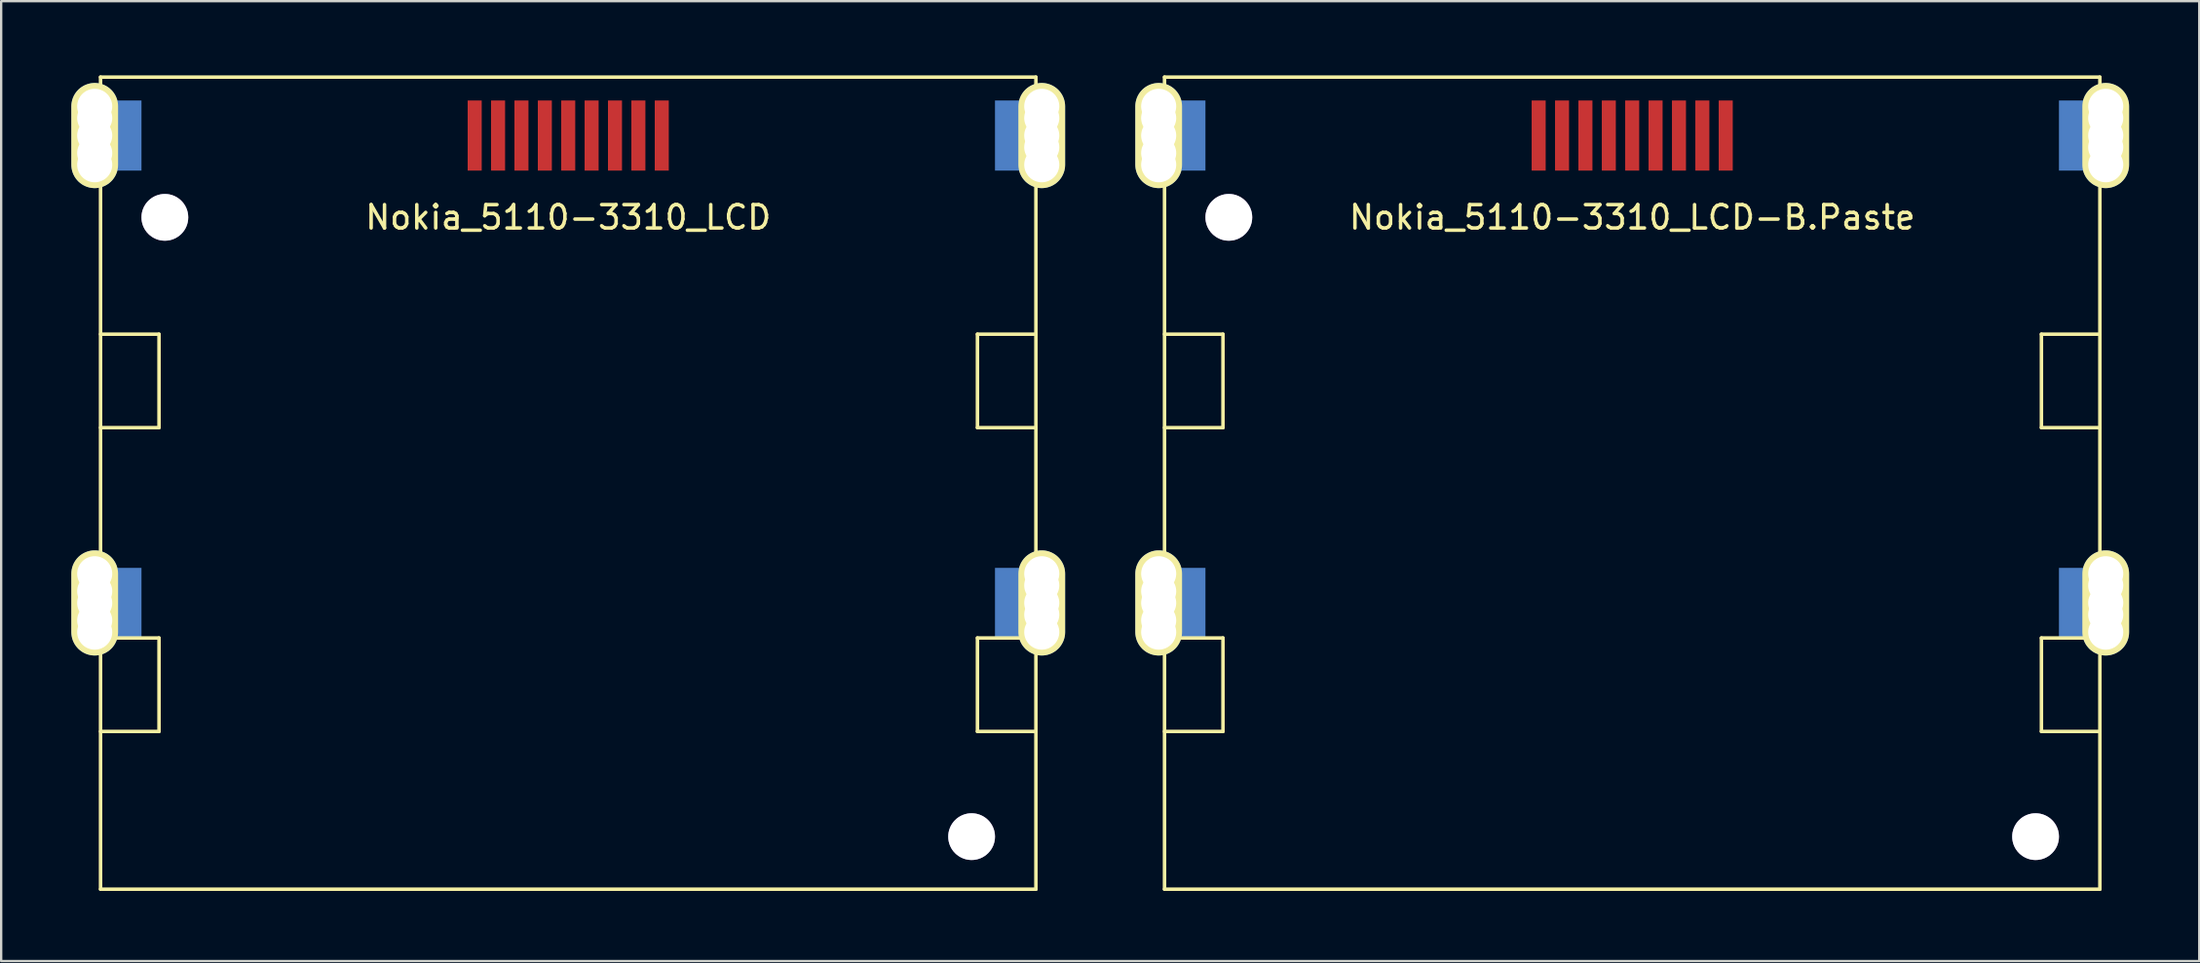
<source format=kicad_pcb>
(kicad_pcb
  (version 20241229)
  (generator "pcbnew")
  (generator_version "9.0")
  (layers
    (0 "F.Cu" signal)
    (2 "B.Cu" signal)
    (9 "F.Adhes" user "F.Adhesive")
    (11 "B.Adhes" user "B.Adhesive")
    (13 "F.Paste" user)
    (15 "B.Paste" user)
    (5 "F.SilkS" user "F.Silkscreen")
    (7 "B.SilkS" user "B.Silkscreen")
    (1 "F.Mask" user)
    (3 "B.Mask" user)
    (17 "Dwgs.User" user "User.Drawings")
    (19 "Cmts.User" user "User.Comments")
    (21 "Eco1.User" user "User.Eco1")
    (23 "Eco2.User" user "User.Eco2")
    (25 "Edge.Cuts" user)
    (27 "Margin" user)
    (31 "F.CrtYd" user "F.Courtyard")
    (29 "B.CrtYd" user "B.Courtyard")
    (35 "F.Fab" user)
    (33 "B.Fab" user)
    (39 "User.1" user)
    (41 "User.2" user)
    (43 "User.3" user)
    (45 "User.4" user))
  (footprint "Nokia_5110-3310_LCD-B.Paste"
    (layer "F.Cu")
    (at 66.75 0.25)
    (property "Reference" "Nokia_5110-3310_LCD-B.Paste" (at 0 6 0) (layer "F.SilkS") (effects (font (size 1 1) (thickness 0.15))))
    (attr through_hole)
    (fp_line (start -20 0) (end -20 34.75) (stroke (width 0.15) (type solid)) (layer "F.SilkS"))
    (fp_line (start -20 0) (end 20 0) (stroke (width 0.15) (type solid)) (layer "F.SilkS"))
    (fp_line (start -20 11) (end -17.5 11) (stroke (width 0.15) (type solid)) (layer "F.SilkS"))
    (fp_line (start -20 24) (end -17.5 24) (stroke (width 0.15) (type solid)) (layer "F.SilkS"))
    (fp_line (start -17.5 11) (end -17.5 15) (stroke (width 0.15) (type solid)) (layer "F.SilkS"))
    (fp_line (start -17.5 15) (end -20 15) (stroke (width 0.15) (type solid)) (layer "F.SilkS"))
    (fp_line (start -17.5 24) (end -17.5 28) (stroke (width 0.15) (type solid)) (layer "F.SilkS"))
    (fp_line (start -17.5 28) (end -20 28) (stroke (width 0.15) (type solid)) (layer "F.SilkS"))
    (fp_line (start 17.5 11) (end 17.5 15) (stroke (width 0.15) (type solid)) (layer "F.SilkS"))
    (fp_line (start 17.5 15) (end 20 15) (stroke (width 0.15) (type solid)) (layer "F.SilkS"))
    (fp_line (start 17.5 24) (end 17.5 28) (stroke (width 0.15) (type solid)) (layer "F.SilkS"))
    (fp_line (start 17.5 28) (end 20 28) (stroke (width 0.15) (type solid)) (layer "F.SilkS"))
    (fp_line (start 20 0) (end 20 34.75) (stroke (width 0.15) (type solid)) (layer "F.SilkS"))
    (fp_line (start 20 11) (end 17.5 11) (stroke (width 0.15) (type solid)) (layer "F.SilkS"))
    (fp_line (start 20 24) (end 17.5 24) (stroke (width 0.15) (type solid)) (layer "F.SilkS"))
    (fp_line (start 20 34.75) (end -20 34.75) (stroke (width 0.15) (type solid)) (layer "F.SilkS"))
    (pad "" np_thru_hole circle (at -20.25 1.25) (size 1.5 1.5) (drill 1.5) (layers "*.Mask" "B.Cu" "F.SilkS"))
    (pad "" np_thru_hole circle (at -20.25 1.75) (size 1.5 1.5) (drill 1.5) (layers "*.Mask" "B.Cu" "F.SilkS"))
    (pad "" np_thru_hole oval (at -20.25 2.5) (size 2 4.5) (drill 1.5) (layers "*.Mask" "B.Cu" "F.SilkS"))
    (pad "" np_thru_hole circle (at -20.25 3.25) (size 1.5 1.5) (drill 1.5) (layers "*.Mask" "B.Cu" "F.SilkS"))
    (pad "" np_thru_hole circle (at -20.25 3.75) (size 1.5 1.5) (drill 1.5) (layers "*.Mask" "B.Cu" "F.SilkS"))
    (pad "" np_thru_hole circle (at -20.25 21.25) (size 1.5 1.5) (drill 1.5) (layers "*.Mask" "B.Cu" "F.SilkS"))
    (pad "" np_thru_hole circle (at -20.25 22) (size 1.5 1.5) (drill 1.5) (layers "*.Mask" "B.Cu" "F.SilkS"))
    (pad "" np_thru_hole oval (at -20.25 22.5) (size 2 4.5) (drill 1.5) (layers "*.Mask" "B.Cu" "F.SilkS"))
    (pad "" np_thru_hole circle (at -20.25 23.25) (size 1.5 1.5) (drill 1.5) (layers "*.Mask" "B.Cu" "F.SilkS"))
    (pad "" np_thru_hole circle (at -20.25 23.75) (size 1.5 1.5) (drill 1.5) (layers "*.Mask" "B.Cu" "F.SilkS"))
    (pad "" smd rect (at -19 2.5) (size 1.5 3) (layers "B.Cu" "B.Mask" "B.Paste"))
    (pad "" smd rect (at -19 22.5) (size 1.5 3) (layers "B.Cu" "B.Mask" "B.Paste"))
    (pad "" thru_hole circle (at -17.25 6) (size 2 2) (drill 2) (layers "*.Cu"))
    (pad "" thru_hole circle (at 17.25 32.5) (size 2 2) (drill 2) (layers "*.Cu"))
    (pad "" smd rect (at 19 2.5) (size 1.5 3) (layers "B.Cu" "B.Mask" "B.Paste"))
    (pad "" smd rect (at 19 22.5) (size 1.5 3) (layers "B.Cu" "B.Mask" "B.Paste"))
    (pad "" np_thru_hole circle (at 20.25 1.25) (size 1.5 1.5) (drill 1.5) (layers "*.Mask" "B.Cu" "F.SilkS"))
    (pad "" np_thru_hole circle (at 20.25 1.75) (size 1.5 1.5) (drill 1.5) (layers "*.Mask" "B.Cu" "F.SilkS"))
    (pad "" np_thru_hole oval (at 20.25 2.5) (size 2 4.5) (drill 1.5) (layers "*.Mask" "B.Cu" "F.SilkS"))
    (pad "" np_thru_hole circle (at 20.25 3) (size 1.5 1.5) (drill 1.5) (layers "*.Mask" "B.Cu" "F.SilkS"))
    (pad "" np_thru_hole circle (at 20.25 3.75) (size 1.5 1.5) (drill 1.5) (layers "*.Mask" "B.Cu" "F.SilkS"))
    (pad "" np_thru_hole circle (at 20.25 21.25) (size 1.5 1.5) (drill 1.5) (layers "*.Mask" "B.Cu" "F.SilkS"))
    (pad "" np_thru_hole circle (at 20.25 21.75) (size 1.5 1.5) (drill 1.5) (layers "*.Mask" "B.Cu" "F.SilkS"))
    (pad "" np_thru_hole oval (at 20.25 22.5) (size 2 4.5) (drill 1.5) (layers "*.Mask" "B.Cu" "F.SilkS"))
    (pad "" np_thru_hole circle (at 20.25 23) (size 1.5 1.5) (drill 1.5) (layers "*.Mask" "B.Cu" "F.SilkS"))
    (pad "" np_thru_hole circle (at 20.25 23.75) (size 1.5 1.5) (drill 1.5) (layers "*.Mask" "B.Cu" "F.SilkS"))
    (pad "1" smd rect (at -4 2.5) (size 0.6 3) (layers "F.Cu" "F.Mask"))
    (pad "2" smd rect (at -3 2.5) (size 0.6 3) (layers "F.Cu" "F.Mask"))
    (pad "3" smd rect (at -2 2.5) (size 0.6 3) (layers "F.Cu" "F.Mask"))
    (pad "4" smd rect (at -1 2.5) (size 0.6 3) (layers "F.Cu" "F.Mask"))
    (pad "5" smd rect (at 0 2.5) (size 0.6 3) (layers "F.Cu" "F.Mask"))
    (pad "6" smd rect (at 1 2.5) (size 0.6 3) (layers "F.Cu" "F.Mask"))
    (pad "7" smd rect (at 2 2.5) (size 0.6 3) (layers "F.Cu" "F.Mask"))
    (pad "8" smd rect (at 3 2.5) (size 0.6 3) (layers "F.Cu" "F.Mask"))
    (pad "9" smd rect (at 4 2.5) (size 0.6 3) (layers "F.Cu" "F.Mask")))
  (footprint "Nokia_5110-3310_LCD"
    (layer "F.Cu")
    (at 21.25 0.25)
    (property "Reference" "Nokia_5110-3310_LCD" (at 0 6 0) (layer "F.SilkS") (effects (font (size 1 1) (thickness 0.15))))
    (attr through_hole)
    (fp_line (start -20 0) (end -20 34.75) (stroke (width 0.15) (type solid)) (layer "F.SilkS"))
    (fp_line (start -20 0) (end 20 0) (stroke (width 0.15) (type solid)) (layer "F.SilkS"))
    (fp_line (start -20 11) (end -17.5 11) (stroke (width 0.15) (type solid)) (layer "F.SilkS"))
    (fp_line (start -20 24) (end -17.5 24) (stroke (width 0.15) (type solid)) (layer "F.SilkS"))
    (fp_line (start -17.5 11) (end -17.5 15) (stroke (width 0.15) (type solid)) (layer "F.SilkS"))
    (fp_line (start -17.5 15) (end -20 15) (stroke (width 0.15) (type solid)) (layer "F.SilkS"))
    (fp_line (start -17.5 24) (end -17.5 28) (stroke (width 0.15) (type solid)) (layer "F.SilkS"))
    (fp_line (start -17.5 28) (end -20 28) (stroke (width 0.15) (type solid)) (layer "F.SilkS"))
    (fp_line (start 17.5 11) (end 17.5 15) (stroke (width 0.15) (type solid)) (layer "F.SilkS"))
    (fp_line (start 17.5 15) (end 20 15) (stroke (width 0.15) (type solid)) (layer "F.SilkS"))
    (fp_line (start 17.5 24) (end 17.5 28) (stroke (width 0.15) (type solid)) (layer "F.SilkS"))
    (fp_line (start 17.5 28) (end 20 28) (stroke (width 0.15) (type solid)) (layer "F.SilkS"))
    (fp_line (start 20 0) (end 20 34.75) (stroke (width 0.15) (type solid)) (layer "F.SilkS"))
    (fp_line (start 20 11) (end 17.5 11) (stroke (width 0.15) (type solid)) (layer "F.SilkS"))
    (fp_line (start 20 24) (end 17.5 24) (stroke (width 0.15) (type solid)) (layer "F.SilkS"))
    (fp_line (start 20 34.75) (end -20 34.75) (stroke (width 0.15) (type solid)) (layer "F.SilkS"))
    (pad "" np_thru_hole circle (at -20.25 1.25) (size 1.5 1.5) (drill 1.5) (layers "*.Mask" "B.Cu" "F.SilkS"))
    (pad "" np_thru_hole circle (at -20.25 1.75) (size 1.5 1.5) (drill 1.5) (layers "*.Mask" "B.Cu" "F.SilkS"))
    (pad "" np_thru_hole oval (at -20.25 2.5) (size 2 4.5) (drill 1.5) (layers "*.Mask" "B.Cu" "F.SilkS"))
    (pad "" np_thru_hole circle (at -20.25 3.25) (size 1.5 1.5) (drill 1.5) (layers "*.Mask" "B.Cu" "F.SilkS"))
    (pad "" np_thru_hole circle (at -20.25 3.75) (size 1.5 1.5) (drill 1.5) (layers "*.Mask" "B.Cu" "F.SilkS"))
    (pad "" np_thru_hole circle (at -20.25 21.25) (size 1.5 1.5) (drill 1.5) (layers "*.Mask" "B.Cu" "F.SilkS"))
    (pad "" np_thru_hole circle (at -20.25 22) (size 1.5 1.5) (drill 1.5) (layers "*.Mask" "B.Cu" "F.SilkS"))
    (pad "" np_thru_hole oval (at -20.25 22.5) (size 2 4.5) (drill 1.5) (layers "*.Mask" "B.Cu" "F.SilkS"))
    (pad "" np_thru_hole circle (at -20.25 23.25) (size 1.5 1.5) (drill 1.5) (layers "*.Mask" "B.Cu" "F.SilkS"))
    (pad "" np_thru_hole circle (at -20.25 23.75) (size 1.5 1.5) (drill 1.5) (layers "*.Mask" "B.Cu" "F.SilkS"))
    (pad "" smd rect (at -19 2.5) (size 1.5 3) (layers "B.Cu" "B.Mask"))
    (pad "" smd rect (at -19 22.5) (size 1.5 3) (layers "B.Cu" "B.Mask"))
    (pad "" thru_hole circle (at -17.25 6) (size 2 2) (drill 2) (layers "*.Cu"))
    (pad "" thru_hole circle (at 17.25 32.5) (size 2 2) (drill 2) (layers "*.Cu"))
    (pad "" smd rect (at 19 2.5) (size 1.5 3) (layers "B.Cu" "B.Mask"))
    (pad "" smd rect (at 19 22.5) (size 1.5 3) (layers "B.Cu" "B.Mask"))
    (pad "" np_thru_hole circle (at 20.25 1.25) (size 1.5 1.5) (drill 1.5) (layers "*.Mask" "B.Cu" "F.SilkS"))
    (pad "" np_thru_hole circle (at 20.25 1.75) (size 1.5 1.5) (drill 1.5) (layers "*.Mask" "B.Cu" "F.SilkS"))
    (pad "" np_thru_hole oval (at 20.25 2.5) (size 2 4.5) (drill 1.5) (layers "*.Mask" "B.Cu" "F.SilkS"))
    (pad "" np_thru_hole circle (at 20.25 3) (size 1.5 1.5) (drill 1.5) (layers "*.Mask" "B.Cu" "F.SilkS"))
    (pad "" np_thru_hole circle (at 20.25 3.75) (size 1.5 1.5) (drill 1.5) (layers "*.Mask" "B.Cu" "F.SilkS"))
    (pad "" np_thru_hole circle (at 20.25 21.25) (size 1.5 1.5) (drill 1.5) (layers "*.Mask" "B.Cu" "F.SilkS"))
    (pad "" np_thru_hole circle (at 20.25 21.75) (size 1.5 1.5) (drill 1.5) (layers "*.Mask" "B.Cu" "F.SilkS"))
    (pad "" np_thru_hole oval (at 20.25 22.5) (size 2 4.5) (drill 1.5) (layers "*.Mask" "B.Cu" "F.SilkS"))
    (pad "" np_thru_hole circle (at 20.25 23) (size 1.5 1.5) (drill 1.5) (layers "*.Mask" "B.Cu" "F.SilkS"))
    (pad "" np_thru_hole circle (at 20.25 23.75) (size 1.5 1.5) (drill 1.5) (layers "*.Mask" "B.Cu" "F.SilkS"))
    (pad "1" smd rect (at -4 2.5) (size 0.6 3) (layers "F.Cu" "F.Mask"))
    (pad "2" smd rect (at -3 2.5) (size 0.6 3) (layers "F.Cu" "F.Mask"))
    (pad "3" smd rect (at -2 2.5) (size 0.6 3) (layers "F.Cu" "F.Mask"))
    (pad "4" smd rect (at -1 2.5) (size 0.6 3) (layers "F.Cu" "F.Mask"))
    (pad "5" smd rect (at 0 2.5) (size 0.6 3) (layers "F.Cu" "F.Mask"))
    (pad "6" smd rect (at 1 2.5) (size 0.6 3) (layers "F.Cu" "F.Mask"))
    (pad "7" smd rect (at 2 2.5) (size 0.6 3) (layers "F.Cu" "F.Mask"))
    (pad "8" smd rect (at 3 2.5) (size 0.6 3) (layers "F.Cu" "F.Mask"))
    (pad "9" smd rect (at 4 2.5) (size 0.6 3) (layers "F.Cu" "F.Mask")))
  (gr_rect
    (start -3 -3)
    (end 91 38.075)
    (stroke (width 0.1) (type default))
    (fill no)
    (layer "Edge.Cuts")))
</source>
